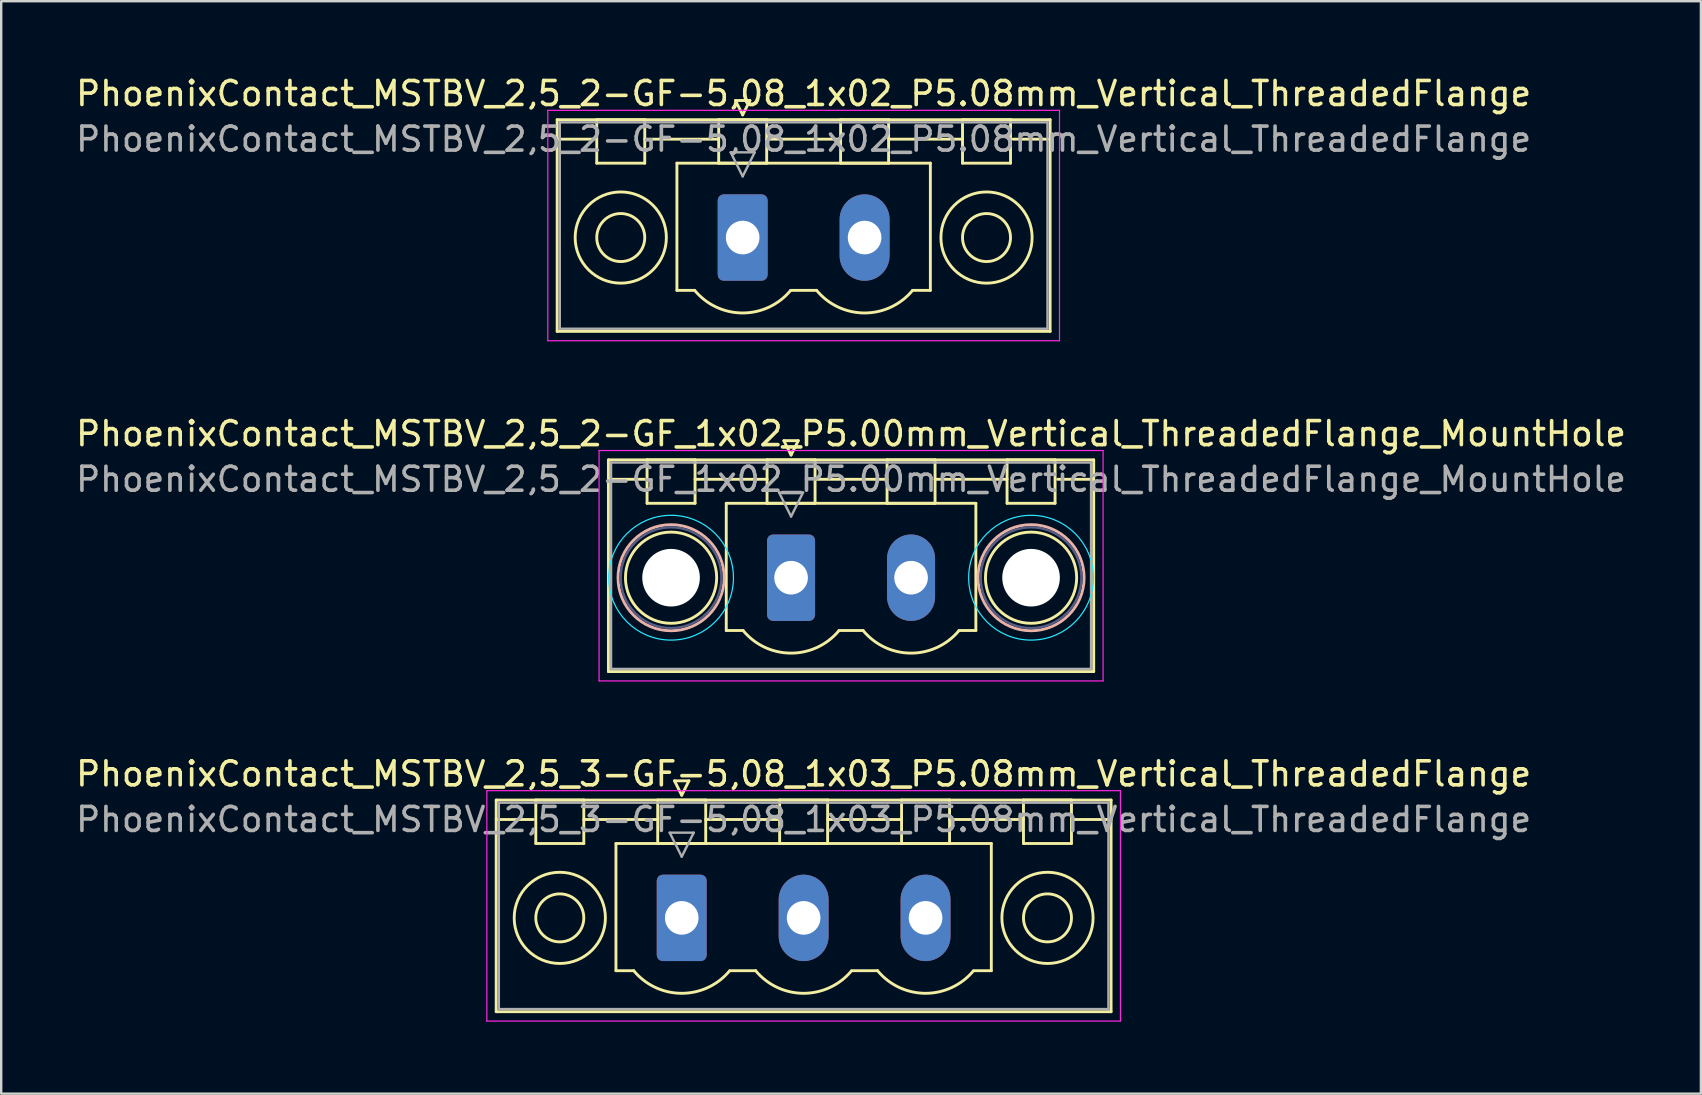
<source format=kicad_pcb>
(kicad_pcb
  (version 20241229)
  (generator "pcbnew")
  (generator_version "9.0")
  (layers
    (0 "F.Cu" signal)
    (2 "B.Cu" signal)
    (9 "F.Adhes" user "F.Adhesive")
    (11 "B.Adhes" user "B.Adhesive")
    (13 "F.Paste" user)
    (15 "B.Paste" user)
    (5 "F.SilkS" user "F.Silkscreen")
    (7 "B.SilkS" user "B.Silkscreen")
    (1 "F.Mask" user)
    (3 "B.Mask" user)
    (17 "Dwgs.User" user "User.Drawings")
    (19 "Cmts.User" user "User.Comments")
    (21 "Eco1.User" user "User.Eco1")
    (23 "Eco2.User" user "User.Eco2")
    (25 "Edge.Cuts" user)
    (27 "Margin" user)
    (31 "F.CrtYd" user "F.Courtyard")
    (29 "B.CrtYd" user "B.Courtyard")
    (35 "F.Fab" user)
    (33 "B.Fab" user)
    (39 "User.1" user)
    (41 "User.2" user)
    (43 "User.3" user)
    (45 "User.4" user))
  (footprint "PhoenixContact_MSTBV_2,5_2-GF-5,08_1x02_P5.08mm_Vertical_ThreadedFlange"
    (layer "F.Cu")
    (at 27.895 6.848)
    (property "Reference" "PhoenixContact_MSTBV_2,5_2-GF-5,08_1x02_P5.08mm_Vertical_ThreadedFlange" (at 2.54 -6 0) (layer "F.SilkS") (effects (font (size 1 1) (thickness 0.15))))
    (attr through_hole)
    (fp_line (start -7.73 -4.91) (end -7.73 3.91) (stroke (width 0.12) (type solid)) (layer "F.SilkS"))
    (fp_line (start -7.73 -4.1) (end -6.19 -4.1) (stroke (width 0.12) (type solid)) (layer "F.SilkS"))
    (fp_line (start -7.73 3.91) (end 12.81 3.91) (stroke (width 0.12) (type solid)) (layer "F.SilkS"))
    (fp_line (start -6.08 -4.91) (end -4.08 -4.91) (stroke (width 0.12) (type solid)) (layer "F.SilkS"))
    (fp_line (start -6.08 -3.1) (end -6.08 -4.91) (stroke (width 0.12) (type solid)) (layer "F.SilkS"))
    (fp_line (start -4.08 -4.91) (end -4.08 -3.1) (stroke (width 0.12) (type solid)) (layer "F.SilkS"))
    (fp_line (start -4.08 -4.1) (end -1 -4.1) (stroke (width 0.12) (type solid)) (layer "F.SilkS"))
    (fp_line (start -4.08 -3.1) (end -6.08 -3.1) (stroke (width 0.12) (type solid)) (layer "F.SilkS"))
    (fp_line (start -2.74 -3.1) (end 7.82 -3.1) (stroke (width 0.12) (type solid)) (layer "F.SilkS"))
    (fp_line (start -2.74 2.2) (end -2.74 -3.1) (stroke (width 0.12) (type solid)) (layer "F.SilkS"))
    (fp_line (start -2 2.2) (end -2.74 2.2) (stroke (width 0.12) (type solid)) (layer "F.SilkS"))
    (fp_line (start -1 -4.91) (end 1 -4.91) (stroke (width 0.12) (type solid)) (layer "F.SilkS"))
    (fp_line (start -1 -3.1) (end -1 -4.91) (stroke (width 0.12) (type solid)) (layer "F.SilkS"))
    (fp_line (start -0.3 -5.71) (end 0.3 -5.71) (stroke (width 0.12) (type solid)) (layer "F.SilkS"))
    (fp_line (start 0 -5.11) (end -0.3 -5.71) (stroke (width 0.12) (type solid)) (layer "F.SilkS"))
    (fp_line (start 0.3 -5.71) (end 0 -5.11) (stroke (width 0.12) (type solid)) (layer "F.SilkS"))
    (fp_line (start 1 -4.91) (end 1 -3.1) (stroke (width 0.12) (type solid)) (layer "F.SilkS"))
    (fp_line (start 1 -4.1) (end 4.08 -4.1) (stroke (width 0.12) (type solid)) (layer "F.SilkS"))
    (fp_line (start 1 -3.1) (end -1 -3.1) (stroke (width 0.12) (type solid)) (layer "F.SilkS"))
    (fp_line (start 2 2.2) (end 3.08 2.2) (stroke (width 0.12) (type solid)) (layer "F.SilkS"))
    (fp_line (start 4.08 -4.91) (end 6.08 -4.91) (stroke (width 0.12) (type solid)) (layer "F.SilkS"))
    (fp_line (start 4.08 -3.1) (end 4.08 -4.91) (stroke (width 0.12) (type solid)) (layer "F.SilkS"))
    (fp_line (start 6.08 -4.91) (end 6.08 -3.1) (stroke (width 0.12) (type solid)) (layer "F.SilkS"))
    (fp_line (start 6.08 -4.1) (end 9.16 -4.1) (stroke (width 0.12) (type solid)) (layer "F.SilkS"))
    (fp_line (start 6.08 -3.1) (end 4.08 -3.1) (stroke (width 0.12) (type solid)) (layer "F.SilkS"))
    (fp_line (start 7.82 -3.1) (end 7.82 2.2) (stroke (width 0.12) (type solid)) (layer "F.SilkS"))
    (fp_line (start 7.82 2.2) (end 7.08 2.2) (stroke (width 0.12) (type solid)) (layer "F.SilkS"))
    (fp_line (start 9.16 -4.91) (end 11.16 -4.91) (stroke (width 0.12) (type solid)) (layer "F.SilkS"))
    (fp_line (start 9.16 -3.1) (end 9.16 -4.91) (stroke (width 0.12) (type solid)) (layer "F.SilkS"))
    (fp_line (start 11.16 -4.91) (end 11.16 -3.1) (stroke (width 0.12) (type solid)) (layer "F.SilkS"))
    (fp_line (start 11.16 -3.1) (end 9.16 -3.1) (stroke (width 0.12) (type solid)) (layer "F.SilkS"))
    (fp_line (start 12.81 -4.91) (end -7.73 -4.91) (stroke (width 0.12) (type solid)) (layer "F.SilkS"))
    (fp_line (start 12.81 -4.1) (end 11.27 -4.1) (stroke (width 0.12) (type solid)) (layer "F.SilkS"))
    (fp_line (start 12.81 3.91) (end 12.81 -4.91) (stroke (width 0.12) (type solid)) (layer "F.SilkS"))
    (fp_arc (start 1.986842 2.215821) (mid -0.010289 3.142758) (end -2 2.2) (stroke (width 0.12) (type solid)) (layer "F.SilkS"))
    (fp_arc (start 7.066842 2.215821) (mid 5.069711 3.142758) (end 3.08 2.2) (stroke (width 0.12) (type solid)) (layer "F.SilkS"))
    (fp_circle (center -5.08 0) (end -4.08 0) (stroke (width 0.12) (type solid)) (fill no) (layer "F.SilkS"))
    (fp_circle (center -5.08 0) (end -3.18 0) (stroke (width 0.12) (type solid)) (fill no) (layer "F.SilkS"))
    (fp_circle (center 10.16 0) (end 11.16 0) (stroke (width 0.12) (type solid)) (fill no) (layer "F.SilkS"))
    (fp_circle (center 10.16 0) (end 12.06 0) (stroke (width 0.12) (type solid)) (fill no) (layer "F.SilkS"))
    (fp_line (start -8.12 -5.3) (end -8.12 4.3) (stroke (width 0.05) (type solid)) (layer "F.CrtYd"))
    (fp_line (start -8.12 4.3) (end 13.2 4.3) (stroke (width 0.05) (type solid)) (layer "F.CrtYd"))
    (fp_line (start 13.2 -5.3) (end -8.12 -5.3) (stroke (width 0.05) (type solid)) (layer "F.CrtYd"))
    (fp_line (start 13.2 4.3) (end 13.2 -5.3) (stroke (width 0.05) (type solid)) (layer "F.CrtYd"))
    (fp_line (start -7.62 -4.8) (end -7.62 3.8) (stroke (width 0.1) (type solid)) (layer "F.Fab"))
    (fp_line (start -7.62 3.8) (end 12.7 3.8) (stroke (width 0.1) (type solid)) (layer "F.Fab"))
    (fp_line (start -0.5 -3.55) (end 0.5 -3.55) (stroke (width 0.1) (type solid)) (layer "F.Fab"))
    (fp_line (start 0 -2.55) (end -0.5 -3.55) (stroke (width 0.1) (type solid)) (layer "F.Fab"))
    (fp_line (start 0.5 -3.55) (end 0 -2.55) (stroke (width 0.1) (type solid)) (layer "F.Fab"))
    (fp_line (start 12.7 -4.8) (end -7.62 -4.8) (stroke (width 0.1) (type solid)) (layer "F.Fab"))
    (fp_line (start 12.7 3.8) (end 12.7 -4.8) (stroke (width 0.1) (type solid)) (layer "F.Fab"))
    (fp_text user "${REFERENCE}" (at 2.54 -4.1 0) (layer "F.Fab") (effects (font (size 1 1) (thickness 0.15))))
    (pad "1" thru_hole roundrect (at 0 0) (size 2.08 3.6) (drill 1.4) (layers "*.Cu" "*.Mask") (roundrect_rratio 0.12))
    (pad "2" thru_hole oval (at 5.08 0) (size 2.08 3.6) (drill 1.4) (layers "*.Cu" "*.Mask")))
  (footprint "PhoenixContact_MSTBV_2,5_2-GF_1x02_P5.00mm_Vertical_ThreadedFlange_MountHole"
    (layer "F.Cu")
    (at 29.911 21.021)
    (property "Reference" "PhoenixContact_MSTBV_2,5_2-GF_1x02_P5.00mm_Vertical_ThreadedFlange_MountHole" (at 2.5 -6 0) (layer "F.SilkS") (effects (font (size 1 1) (thickness 0.15))))
    (attr through_hole)
    (fp_line (start -7.61 -4.91) (end -7.61 3.91) (stroke (width 0.12) (type solid)) (layer "F.SilkS"))
    (fp_line (start -7.61 -4.1) (end -6.11 -4.1) (stroke (width 0.12) (type solid)) (layer "F.SilkS"))
    (fp_line (start -7.61 3.91) (end 12.61 3.91) (stroke (width 0.12) (type solid)) (layer "F.SilkS"))
    (fp_line (start -6 -4.91) (end -4 -4.91) (stroke (width 0.12) (type solid)) (layer "F.SilkS"))
    (fp_line (start -6 -3.1) (end -6 -4.91) (stroke (width 0.12) (type solid)) (layer "F.SilkS"))
    (fp_line (start -4 -4.91) (end -4 -3.1) (stroke (width 0.12) (type solid)) (layer "F.SilkS"))
    (fp_line (start -4 -4.1) (end -1 -4.1) (stroke (width 0.12) (type solid)) (layer "F.SilkS"))
    (fp_line (start -4 -3.1) (end -6 -3.1) (stroke (width 0.12) (type solid)) (layer "F.SilkS"))
    (fp_line (start -2.7 -3.1) (end 7.7 -3.1) (stroke (width 0.12) (type solid)) (layer "F.SilkS"))
    (fp_line (start -2.7 2.2) (end -2.7 -3.1) (stroke (width 0.12) (type solid)) (layer "F.SilkS"))
    (fp_line (start -2 2.2) (end -2.7 2.2) (stroke (width 0.12) (type solid)) (layer "F.SilkS"))
    (fp_line (start -1 -4.91) (end 1 -4.91) (stroke (width 0.12) (type solid)) (layer "F.SilkS"))
    (fp_line (start -1 -3.1) (end -1 -4.91) (stroke (width 0.12) (type solid)) (layer "F.SilkS"))
    (fp_line (start -0.3 -5.71) (end 0.3 -5.71) (stroke (width 0.12) (type solid)) (layer "F.SilkS"))
    (fp_line (start 0 -5.11) (end -0.3 -5.71) (stroke (width 0.12) (type solid)) (layer "F.SilkS"))
    (fp_line (start 0.3 -5.71) (end 0 -5.11) (stroke (width 0.12) (type solid)) (layer "F.SilkS"))
    (fp_line (start 1 -4.91) (end 1 -3.1) (stroke (width 0.12) (type solid)) (layer "F.SilkS"))
    (fp_line (start 1 -4.1) (end 4 -4.1) (stroke (width 0.12) (type solid)) (layer "F.SilkS"))
    (fp_line (start 1 -3.1) (end -1 -3.1) (stroke (width 0.12) (type solid)) (layer "F.SilkS"))
    (fp_line (start 2 2.2) (end 3 2.2) (stroke (width 0.12) (type solid)) (layer "F.SilkS"))
    (fp_line (start 4 -4.91) (end 6 -4.91) (stroke (width 0.12) (type solid)) (layer "F.SilkS"))
    (fp_line (start 4 -3.1) (end 4 -4.91) (stroke (width 0.12) (type solid)) (layer "F.SilkS"))
    (fp_line (start 6 -4.91) (end 6 -3.1) (stroke (width 0.12) (type solid)) (layer "F.SilkS"))
    (fp_line (start 6 -4.1) (end 9 -4.1) (stroke (width 0.12) (type solid)) (layer "F.SilkS"))
    (fp_line (start 6 -3.1) (end 4 -3.1) (stroke (width 0.12) (type solid)) (layer "F.SilkS"))
    (fp_line (start 7.7 -3.1) (end 7.7 2.2) (stroke (width 0.12) (type solid)) (layer "F.SilkS"))
    (fp_line (start 7.7 2.2) (end 7 2.2) (stroke (width 0.12) (type solid)) (layer "F.SilkS"))
    (fp_line (start 9 -4.91) (end 11 -4.91) (stroke (width 0.12) (type solid)) (layer "F.SilkS"))
    (fp_line (start 9 -3.1) (end 9 -4.91) (stroke (width 0.12) (type solid)) (layer "F.SilkS"))
    (fp_line (start 11 -4.91) (end 11 -3.1) (stroke (width 0.12) (type solid)) (layer "F.SilkS"))
    (fp_line (start 11 -3.1) (end 9 -3.1) (stroke (width 0.12) (type solid)) (layer "F.SilkS"))
    (fp_line (start 12.61 -4.91) (end -7.61 -4.91) (stroke (width 0.12) (type solid)) (layer "F.SilkS"))
    (fp_line (start 12.61 -4.1) (end 11.11 -4.1) (stroke (width 0.12) (type solid)) (layer "F.SilkS"))
    (fp_line (start 12.61 3.91) (end 12.61 -4.91) (stroke (width 0.12) (type solid)) (layer "F.SilkS"))
    (fp_arc (start 1.986842 2.215821) (mid -0.010289 3.142758) (end -2 2.2) (stroke (width 0.12) (type solid)) (layer "F.SilkS"))
    (fp_arc (start 6.986842 2.215821) (mid 4.989711 3.142758) (end 3 2.2) (stroke (width 0.12) (type solid)) (layer "F.SilkS"))
    (fp_circle (center -5 0) (end -3.1 0) (stroke (width 0.12) (type solid)) (fill no) (layer "F.SilkS"))
    (fp_circle (center 10 0) (end 11.9 0) (stroke (width 0.12) (type solid)) (fill no) (layer "F.SilkS"))
    (fp_circle (center -5 0) (end -2.79 0) (stroke (width 0.12) (type solid)) (fill no) (layer "B.SilkS"))
    (fp_circle (center 10 0) (end 12.21 0) (stroke (width 0.12) (type solid)) (fill no) (layer "B.SilkS"))
    (fp_circle (center -5 0) (end -2.4 0) (stroke (width 0.05) (type solid)) (fill no) (layer "B.CrtYd"))
    (fp_circle (center 10 0) (end 12.6 0) (stroke (width 0.05) (type solid)) (fill no) (layer "B.CrtYd"))
    (fp_line (start -8 -5.3) (end -8 4.3) (stroke (width 0.05) (type solid)) (layer "F.CrtYd"))
    (fp_line (start -8 4.3) (end 13 4.3) (stroke (width 0.05) (type solid)) (layer "F.CrtYd"))
    (fp_line (start 13 -5.3) (end -8 -5.3) (stroke (width 0.05) (type solid)) (layer "F.CrtYd"))
    (fp_line (start 13 4.3) (end 13 -5.3) (stroke (width 0.05) (type solid)) (layer "F.CrtYd"))
    (fp_circle (center -5 0) (end -2.9 0) (stroke (width 0.1) (type solid)) (fill no) (layer "B.Fab"))
    (fp_circle (center 10 0) (end 12.1 0) (stroke (width 0.1) (type solid)) (fill no) (layer "B.Fab"))
    (fp_line (start -7.5 -4.8) (end -7.5 3.8) (stroke (width 0.1) (type solid)) (layer "F.Fab"))
    (fp_line (start -7.5 3.8) (end 12.5 3.8) (stroke (width 0.1) (type solid)) (layer "F.Fab"))
    (fp_line (start -0.5 -3.55) (end 0.5 -3.55) (stroke (width 0.1) (type solid)) (layer "F.Fab"))
    (fp_line (start 0 -2.55) (end -0.5 -3.55) (stroke (width 0.1) (type solid)) (layer "F.Fab"))
    (fp_line (start 0.5 -3.55) (end 0 -2.55) (stroke (width 0.1) (type solid)) (layer "F.Fab"))
    (fp_line (start 12.5 -4.8) (end -7.5 -4.8) (stroke (width 0.1) (type solid)) (layer "F.Fab"))
    (fp_line (start 12.5 3.8) (end 12.5 -4.8) (stroke (width 0.1) (type solid)) (layer "F.Fab"))
    (fp_text user "${REFERENCE}" (at 2.5 -4.1 0) (layer "F.Fab") (effects (font (size 1 1) (thickness 0.15))))
    (pad "" np_thru_hole circle (at -5 0) (size 2.4 2.4) (drill 2.4) (layers "*.Cu" "*.Mask"))
    (pad "" np_thru_hole circle (at 10 0) (size 2.4 2.4) (drill 2.4) (layers "*.Cu" "*.Mask"))
    (pad "1" thru_hole roundrect (at 0 0) (size 2 3.6) (drill 1.4) (layers "*.Cu" "*.Mask") (roundrect_rratio 0.125))
    (pad "2" thru_hole oval (at 5 0) (size 2 3.6) (drill 1.4) (layers "*.Cu" "*.Mask")))
  (footprint "PhoenixContact_MSTBV_2,5_3-GF-5,08_1x03_P5.08mm_Vertical_ThreadedFlange"
    (layer "F.Cu")
    (at 25.355 35.195)
    (property "Reference" "PhoenixContact_MSTBV_2,5_3-GF-5,08_1x03_P5.08mm_Vertical_ThreadedFlange" (at 5.08 -6 0) (layer "F.SilkS") (effects (font (size 1 1) (thickness 0.15))))
    (attr through_hole)
    (fp_line (start -7.73 -4.91) (end -7.73 3.91) (stroke (width 0.12) (type solid)) (layer "F.SilkS"))
    (fp_line (start -7.73 -4.1) (end -6.19 -4.1) (stroke (width 0.12) (type solid)) (layer "F.SilkS"))
    (fp_line (start -7.73 3.91) (end 17.89 3.91) (stroke (width 0.12) (type solid)) (layer "F.SilkS"))
    (fp_line (start -6.08 -4.91) (end -4.08 -4.91) (stroke (width 0.12) (type solid)) (layer "F.SilkS"))
    (fp_line (start -6.08 -3.1) (end -6.08 -4.91) (stroke (width 0.12) (type solid)) (layer "F.SilkS"))
    (fp_line (start -4.08 -4.91) (end -4.08 -3.1) (stroke (width 0.12) (type solid)) (layer "F.SilkS"))
    (fp_line (start -4.08 -4.1) (end -1 -4.1) (stroke (width 0.12) (type solid)) (layer "F.SilkS"))
    (fp_line (start -4.08 -3.1) (end -6.08 -3.1) (stroke (width 0.12) (type solid)) (layer "F.SilkS"))
    (fp_line (start -2.74 -3.1) (end 12.9 -3.1) (stroke (width 0.12) (type solid)) (layer "F.SilkS"))
    (fp_line (start -2.74 2.2) (end -2.74 -3.1) (stroke (width 0.12) (type solid)) (layer "F.SilkS"))
    (fp_line (start -2 2.2) (end -2.74 2.2) (stroke (width 0.12) (type solid)) (layer "F.SilkS"))
    (fp_line (start -1 -4.91) (end 1 -4.91) (stroke (width 0.12) (type solid)) (layer "F.SilkS"))
    (fp_line (start -1 -3.1) (end -1 -4.91) (stroke (width 0.12) (type solid)) (layer "F.SilkS"))
    (fp_line (start -0.3 -5.71) (end 0.3 -5.71) (stroke (width 0.12) (type solid)) (layer "F.SilkS"))
    (fp_line (start 0 -5.11) (end -0.3 -5.71) (stroke (width 0.12) (type solid)) (layer "F.SilkS"))
    (fp_line (start 0.3 -5.71) (end 0 -5.11) (stroke (width 0.12) (type solid)) (layer "F.SilkS"))
    (fp_line (start 1 -4.91) (end 1 -3.1) (stroke (width 0.12) (type solid)) (layer "F.SilkS"))
    (fp_line (start 1 -4.1) (end 4.08 -4.1) (stroke (width 0.12) (type solid)) (layer "F.SilkS"))
    (fp_line (start 1 -3.1) (end -1 -3.1) (stroke (width 0.12) (type solid)) (layer "F.SilkS"))
    (fp_line (start 2 2.2) (end 3.08 2.2) (stroke (width 0.12) (type solid)) (layer "F.SilkS"))
    (fp_line (start 4.08 -4.91) (end 6.08 -4.91) (stroke (width 0.12) (type solid)) (layer "F.SilkS"))
    (fp_line (start 4.08 -3.1) (end 4.08 -4.91) (stroke (width 0.12) (type solid)) (layer "F.SilkS"))
    (fp_line (start 6.08 -4.91) (end 6.08 -3.1) (stroke (width 0.12) (type solid)) (layer "F.SilkS"))
    (fp_line (start 6.08 -4.1) (end 9.16 -4.1) (stroke (width 0.12) (type solid)) (layer "F.SilkS"))
    (fp_line (start 6.08 -3.1) (end 4.08 -3.1) (stroke (width 0.12) (type solid)) (layer "F.SilkS"))
    (fp_line (start 7.08 2.2) (end 8.16 2.2) (stroke (width 0.12) (type solid)) (layer "F.SilkS"))
    (fp_line (start 9.16 -4.91) (end 11.16 -4.91) (stroke (width 0.12) (type solid)) (layer "F.SilkS"))
    (fp_line (start 9.16 -3.1) (end 9.16 -4.91) (stroke (width 0.12) (type solid)) (layer "F.SilkS"))
    (fp_line (start 11.16 -4.91) (end 11.16 -3.1) (stroke (width 0.12) (type solid)) (layer "F.SilkS"))
    (fp_line (start 11.16 -4.1) (end 14.24 -4.1) (stroke (width 0.12) (type solid)) (layer "F.SilkS"))
    (fp_line (start 11.16 -3.1) (end 9.16 -3.1) (stroke (width 0.12) (type solid)) (layer "F.SilkS"))
    (fp_line (start 12.9 -3.1) (end 12.9 2.2) (stroke (width 0.12) (type solid)) (layer "F.SilkS"))
    (fp_line (start 12.9 2.2) (end 12.16 2.2) (stroke (width 0.12) (type solid)) (layer "F.SilkS"))
    (fp_line (start 14.24 -4.91) (end 16.24 -4.91) (stroke (width 0.12) (type solid)) (layer "F.SilkS"))
    (fp_line (start 14.24 -3.1) (end 14.24 -4.91) (stroke (width 0.12) (type solid)) (layer "F.SilkS"))
    (fp_line (start 16.24 -4.91) (end 16.24 -3.1) (stroke (width 0.12) (type solid)) (layer "F.SilkS"))
    (fp_line (start 16.24 -3.1) (end 14.24 -3.1) (stroke (width 0.12) (type solid)) (layer "F.SilkS"))
    (fp_line (start 17.89 -4.91) (end -7.73 -4.91) (stroke (width 0.12) (type solid)) (layer "F.SilkS"))
    (fp_line (start 17.89 -4.1) (end 16.35 -4.1) (stroke (width 0.12) (type solid)) (layer "F.SilkS"))
    (fp_line (start 17.89 3.91) (end 17.89 -4.91) (stroke (width 0.12) (type solid)) (layer "F.SilkS"))
    (fp_arc (start 1.986842 2.215821) (mid -0.010289 3.142758) (end -2 2.2) (stroke (width 0.12) (type solid)) (layer "F.SilkS"))
    (fp_arc (start 7.066842 2.215821) (mid 5.069711 3.142758) (end 3.08 2.2) (stroke (width 0.12) (type solid)) (layer "F.SilkS"))
    (fp_arc (start 12.146842 2.215821) (mid 10.149711 3.142758) (end 8.16 2.2) (stroke (width 0.12) (type solid)) (layer "F.SilkS"))
    (fp_circle (center -5.08 0) (end -4.08 0) (stroke (width 0.12) (type solid)) (fill no) (layer "F.SilkS"))
    (fp_circle (center -5.08 0) (end -3.18 0) (stroke (width 0.12) (type solid)) (fill no) (layer "F.SilkS"))
    (fp_circle (center 15.24 0) (end 16.24 0) (stroke (width 0.12) (type solid)) (fill no) (layer "F.SilkS"))
    (fp_circle (center 15.24 0) (end 17.14 0) (stroke (width 0.12) (type solid)) (fill no) (layer "F.SilkS"))
    (fp_line (start -8.12 -5.3) (end -8.12 4.3) (stroke (width 0.05) (type solid)) (layer "F.CrtYd"))
    (fp_line (start -8.12 4.3) (end 18.28 4.3) (stroke (width 0.05) (type solid)) (layer "F.CrtYd"))
    (fp_line (start 18.28 -5.3) (end -8.12 -5.3) (stroke (width 0.05) (type solid)) (layer "F.CrtYd"))
    (fp_line (start 18.28 4.3) (end 18.28 -5.3) (stroke (width 0.05) (type solid)) (layer "F.CrtYd"))
    (fp_line (start -7.62 -4.8) (end -7.62 3.8) (stroke (width 0.1) (type solid)) (layer "F.Fab"))
    (fp_line (start -7.62 3.8) (end 17.78 3.8) (stroke (width 0.1) (type solid)) (layer "F.Fab"))
    (fp_line (start -0.5 -3.55) (end 0.5 -3.55) (stroke (width 0.1) (type solid)) (layer "F.Fab"))
    (fp_line (start 0 -2.55) (end -0.5 -3.55) (stroke (width 0.1) (type solid)) (layer "F.Fab"))
    (fp_line (start 0.5 -3.55) (end 0 -2.55) (stroke (width 0.1) (type solid)) (layer "F.Fab"))
    (fp_line (start 17.78 -4.8) (end -7.62 -4.8) (stroke (width 0.1) (type solid)) (layer "F.Fab"))
    (fp_line (start 17.78 3.8) (end 17.78 -4.8) (stroke (width 0.1) (type solid)) (layer "F.Fab"))
    (fp_text user "${REFERENCE}" (at 5.08 -4.1 0) (layer "F.Fab") (effects (font (size 1 1) (thickness 0.15))))
    (pad "1" thru_hole roundrect (at 0 0) (size 2.08 3.6) (drill 1.4) (layers "*.Cu" "*.Mask") (roundrect_rratio 0.12))
    (pad "2" thru_hole oval (at 5.08 0) (size 2.08 3.6) (drill 1.4) (layers "*.Cu" "*.Mask"))
    (pad "3" thru_hole oval (at 10.16 0) (size 2.08 3.6) (drill 1.4) (layers "*.Cu" "*.Mask")))
  (gr_rect
    (start -3 -3)
    (end 67.821 42.52)
    (stroke (width 0.1) (type default))
    (fill no)
    (layer "Edge.Cuts")))
</source>
